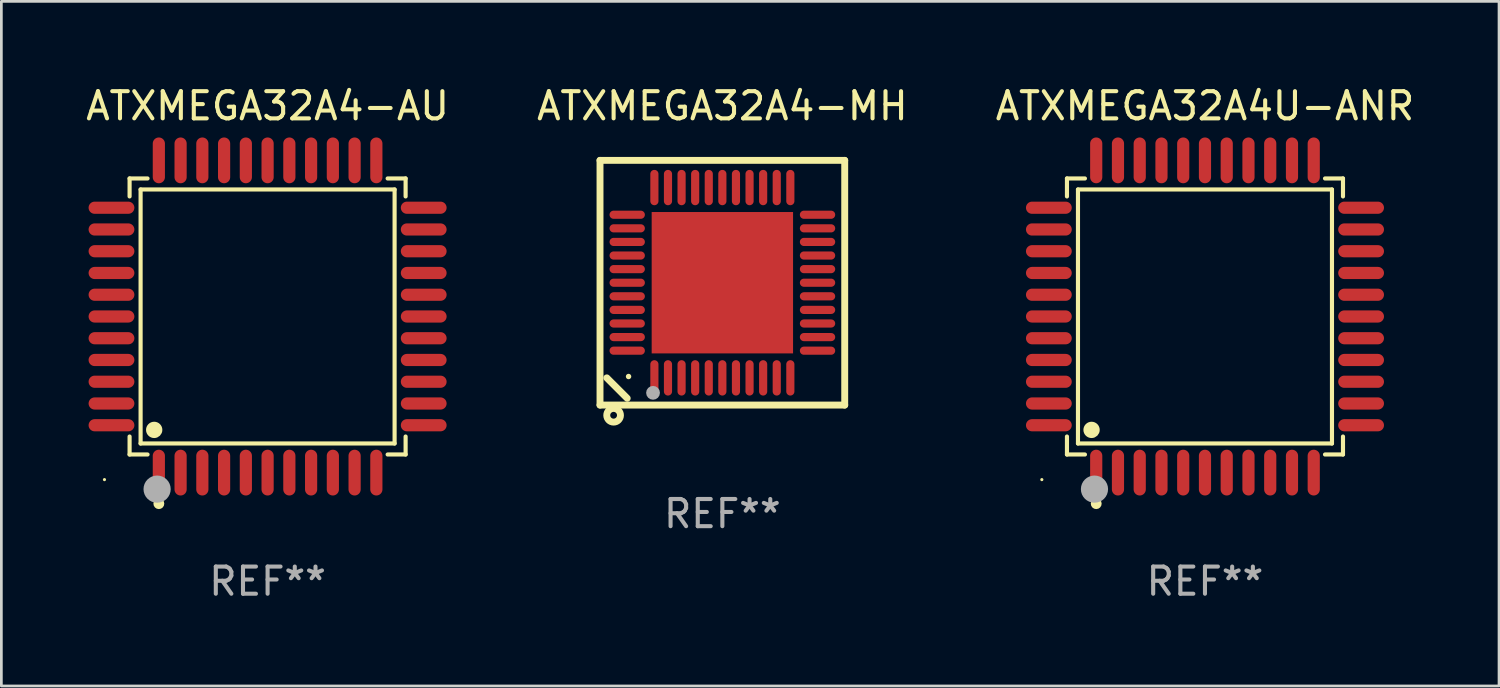
<source format=kicad_pcb>
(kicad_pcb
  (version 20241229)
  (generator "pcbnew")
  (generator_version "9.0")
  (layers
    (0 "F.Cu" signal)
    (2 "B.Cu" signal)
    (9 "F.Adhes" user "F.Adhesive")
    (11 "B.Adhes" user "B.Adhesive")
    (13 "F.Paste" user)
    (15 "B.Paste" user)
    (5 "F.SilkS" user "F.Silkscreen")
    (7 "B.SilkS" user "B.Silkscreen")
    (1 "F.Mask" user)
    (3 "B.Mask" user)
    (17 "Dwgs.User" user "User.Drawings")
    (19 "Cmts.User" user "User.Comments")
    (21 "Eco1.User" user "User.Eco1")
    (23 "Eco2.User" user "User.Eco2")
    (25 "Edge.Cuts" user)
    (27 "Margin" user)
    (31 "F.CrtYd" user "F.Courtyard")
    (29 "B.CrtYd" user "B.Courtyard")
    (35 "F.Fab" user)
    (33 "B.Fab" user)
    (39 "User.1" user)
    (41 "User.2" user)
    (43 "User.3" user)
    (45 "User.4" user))
  (footprint "ATXMEGA32A4U-ANR"
    (layer "F.Cu")
    (at 41.268 8.59)
    (property "Reference" "ATXMEGA32A4U-ANR" (at 0 -7.742 0) (layer "F.SilkS") (effects (font (size 1 1) (thickness 0.15))))
    (attr through_hole)
    (fp_line (start -5.076 -5.076) (end -4.415 -5.076) (stroke (width 0.152) (type solid)) (layer "F.SilkS"))
    (fp_line (start -5.076 -4.415) (end -5.076 -5.076) (stroke (width 0.152) (type solid)) (layer "F.SilkS"))
    (fp_line (start -5.076 4.415) (end -5.076 5.076) (stroke (width 0.152) (type solid)) (layer "F.SilkS"))
    (fp_line (start -5.076 5.076) (end -4.415 5.076) (stroke (width 0.152) (type solid)) (layer "F.SilkS"))
    (fp_line (start -4.671 -4.671) (end 4.671 -4.671) (stroke (width 0.152) (type solid)) (layer "F.SilkS"))
    (fp_line (start -4.671 4.671) (end -4.671 -4.671) (stroke (width 0.152) (type solid)) (layer "F.SilkS"))
    (fp_line (start 4.671 -4.671) (end 4.671 4.671) (stroke (width 0.152) (type solid)) (layer "F.SilkS"))
    (fp_line (start 4.671 4.671) (end -4.671 4.671) (stroke (width 0.152) (type solid)) (layer "F.SilkS"))
    (fp_line (start 5.076 -5.076) (end 4.415 -5.076) (stroke (width 0.152) (type solid)) (layer "F.SilkS"))
    (fp_line (start 5.076 -4.415) (end 5.076 -5.076) (stroke (width 0.152) (type solid)) (layer "F.SilkS"))
    (fp_line (start 5.076 4.415) (end 5.076 5.076) (stroke (width 0.152) (type solid)) (layer "F.SilkS"))
    (fp_line (start 5.076 5.076) (end 4.415 5.076) (stroke (width 0.152) (type solid)) (layer "F.SilkS"))
    (fp_circle (center -6 6) (end -5.97 6) (stroke (width 0.06) (type solid)) (fill no) (layer "F.SilkS"))
    (fp_circle (center -4.171 4.171) (end -4.021 4.171) (stroke (width 0.3) (type solid)) (fill no) (layer "F.SilkS"))
    (fp_circle (center -4 6.884) (end -3.9 6.884) (stroke (width 0.2) (type solid)) (fill no) (layer "F.SilkS"))
    (fp_circle (center -4.064 6.35) (end -3.814 6.35) (stroke (width 0.5) (type solid)) (fill no) (layer "F.Fab"))
    (fp_text user "REF**" (at 0 9.742 0) (layer "F.Fab") (effects (font (size 1 1) (thickness 0.15))))
    (pad "1" smd oval (at -4 5.742) (size 0.448 1.684) (layers "F.Cu" "F.Mask" "F.Paste"))
    (pad "2" smd oval (at -3.2 5.742) (size 0.448 1.684) (layers "F.Cu" "F.Mask" "F.Paste"))
    (pad "3" smd oval (at -2.4 5.742) (size 0.448 1.684) (layers "F.Cu" "F.Mask" "F.Paste"))
    (pad "4" smd oval (at -1.6 5.742) (size 0.448 1.684) (layers "F.Cu" "F.Mask" "F.Paste"))
    (pad "5" smd oval (at -0.8 5.742) (size 0.448 1.684) (layers "F.Cu" "F.Mask" "F.Paste"))
    (pad "6" smd oval (at 0 5.742) (size 0.448 1.684) (layers "F.Cu" "F.Mask" "F.Paste"))
    (pad "7" smd oval (at 0.8 5.742) (size 0.448 1.684) (layers "F.Cu" "F.Mask" "F.Paste"))
    (pad "8" smd oval (at 1.6 5.742) (size 0.448 1.684) (layers "F.Cu" "F.Mask" "F.Paste"))
    (pad "9" smd oval (at 2.4 5.742) (size 0.448 1.684) (layers "F.Cu" "F.Mask" "F.Paste"))
    (pad "10" smd oval (at 3.2 5.742) (size 0.448 1.684) (layers "F.Cu" "F.Mask" "F.Paste"))
    (pad "11" smd oval (at 4 5.742) (size 0.448 1.684) (layers "F.Cu" "F.Mask" "F.Paste"))
    (pad "12" smd oval (at 5.742 4) (size 1.684 0.448) (layers "F.Cu" "F.Mask" "F.Paste"))
    (pad "13" smd oval (at 5.742 3.2) (size 1.684 0.448) (layers "F.Cu" "F.Mask" "F.Paste"))
    (pad "14" smd oval (at 5.742 2.4) (size 1.684 0.448) (layers "F.Cu" "F.Mask" "F.Paste"))
    (pad "15" smd oval (at 5.742 1.6) (size 1.684 0.448) (layers "F.Cu" "F.Mask" "F.Paste"))
    (pad "16" smd oval (at 5.742 0.8) (size 1.684 0.448) (layers "F.Cu" "F.Mask" "F.Paste"))
    (pad "17" smd oval (at 5.742 0) (size 1.684 0.448) (layers "F.Cu" "F.Mask" "F.Paste"))
    (pad "18" smd oval (at 5.742 -0.8) (size 1.684 0.448) (layers "F.Cu" "F.Mask" "F.Paste"))
    (pad "19" smd oval (at 5.742 -1.6) (size 1.684 0.448) (layers "F.Cu" "F.Mask" "F.Paste"))
    (pad "20" smd oval (at 5.742 -2.4) (size 1.684 0.448) (layers "F.Cu" "F.Mask" "F.Paste"))
    (pad "21" smd oval (at 5.742 -3.2) (size 1.684 0.448) (layers "F.Cu" "F.Mask" "F.Paste"))
    (pad "22" smd oval (at 5.742 -4) (size 1.684 0.448) (layers "F.Cu" "F.Mask" "F.Paste"))
    (pad "23" smd oval (at 4 -5.742) (size 0.448 1.684) (layers "F.Cu" "F.Mask" "F.Paste"))
    (pad "24" smd oval (at 3.2 -5.742) (size 0.448 1.684) (layers "F.Cu" "F.Mask" "F.Paste"))
    (pad "25" smd oval (at 2.4 -5.742) (size 0.448 1.684) (layers "F.Cu" "F.Mask" "F.Paste"))
    (pad "26" smd oval (at 1.6 -5.742) (size 0.448 1.684) (layers "F.Cu" "F.Mask" "F.Paste"))
    (pad "27" smd oval (at 0.8 -5.742) (size 0.448 1.684) (layers "F.Cu" "F.Mask" "F.Paste"))
    (pad "28" smd oval (at 0 -5.742) (size 0.448 1.684) (layers "F.Cu" "F.Mask" "F.Paste"))
    (pad "29" smd oval (at -0.8 -5.742) (size 0.448 1.684) (layers "F.Cu" "F.Mask" "F.Paste"))
    (pad "30" smd oval (at -1.6 -5.742) (size 0.448 1.684) (layers "F.Cu" "F.Mask" "F.Paste"))
    (pad "31" smd oval (at -2.4 -5.742) (size 0.448 1.684) (layers "F.Cu" "F.Mask" "F.Paste"))
    (pad "32" smd oval (at -3.2 -5.742) (size 0.448 1.684) (layers "F.Cu" "F.Mask" "F.Paste"))
    (pad "33" smd oval (at -4 -5.742) (size 0.448 1.684) (layers "F.Cu" "F.Mask" "F.Paste"))
    (pad "34" smd oval (at -5.742 -4) (size 1.684 0.448) (layers "F.Cu" "F.Mask" "F.Paste"))
    (pad "35" smd oval (at -5.742 -3.2) (size 1.684 0.448) (layers "F.Cu" "F.Mask" "F.Paste"))
    (pad "36" smd oval (at -5.742 -2.4) (size 1.684 0.448) (layers "F.Cu" "F.Mask" "F.Paste"))
    (pad "37" smd oval (at -5.742 -1.6) (size 1.684 0.448) (layers "F.Cu" "F.Mask" "F.Paste"))
    (pad "38" smd oval (at -5.742 -0.8) (size 1.684 0.448) (layers "F.Cu" "F.Mask" "F.Paste"))
    (pad "39" smd oval (at -5.742 0) (size 1.684 0.448) (layers "F.Cu" "F.Mask" "F.Paste"))
    (pad "40" smd oval (at -5.742 0.8) (size 1.684 0.448) (layers "F.Cu" "F.Mask" "F.Paste"))
    (pad "41" smd oval (at -5.742 1.6) (size 1.684 0.448) (layers "F.Cu" "F.Mask" "F.Paste"))
    (pad "42" smd oval (at -5.742 2.4) (size 1.684 0.448) (layers "F.Cu" "F.Mask" "F.Paste"))
    (pad "43" smd oval (at -5.742 3.2) (size 1.684 0.448) (layers "F.Cu" "F.Mask" "F.Paste"))
    (pad "44" smd oval (at -5.742 4) (size 1.684 0.448) (layers "F.Cu" "F.Mask" "F.Paste")))
  (footprint "ATXMEGA32A4-MH"
    (layer "F.Cu")
    (at 23.518 7.348)
    (property "Reference" "ATXMEGA32A4-MH" (at 0 -6.5 0) (layer "F.SilkS") (effects (font (size 1 1) (thickness 0.15))))
    (attr through_hole)
    (fp_line (start -4.5 -4.5) (end -4.5 4.5) (stroke (width 0.254) (type solid)) (layer "F.SilkS"))
    (fp_line (start -4.5 4.5) (end 4.5 4.5) (stroke (width 0.254) (type solid)) (layer "F.SilkS"))
    (fp_line (start -3.5 4.25) (end -4.25 3.5) (stroke (width 0.254) (type solid)) (layer "F.SilkS"))
    (fp_line (start 4.5 -4.5) (end -4.5 -4.5) (stroke (width 0.254) (type solid)) (layer "F.SilkS"))
    (fp_line (start 4.5 4.5) (end 4.5 -4.5) (stroke (width 0.254) (type solid)) (layer "F.SilkS"))
    (fp_circle (center -4 4.875) (end -3.875 4.875) (stroke (width 0.254) (type solid)) (fill no) (layer "F.SilkS"))
    (fp_circle (center -3.45 3.45) (end -3.4 3.45) (stroke (width 0.1) (type solid)) (fill no) (layer "F.SilkS"))
    (fp_circle (center -2.55 4.05) (end -2.423 4.05) (stroke (width 0.254) (type solid)) (fill no) (layer "F.Fab"))
    (fp_text user "REF**" (at 0 8.5 0) (layer "F.Fab") (effects (font (size 1 1) (thickness 0.15))))
    (pad "1" smd oval (at -2.5 3.5 90) (size 1.3 0.3) (layers "F.Cu" "F.Mask" "F.Paste"))
    (pad "2" smd oval (at -2 3.5 90) (size 1.3 0.3) (layers "F.Cu" "F.Mask" "F.Paste"))
    (pad "3" smd oval (at -1.5 3.5 90) (size 1.3 0.3) (layers "F.Cu" "F.Mask" "F.Paste"))
    (pad "4" smd oval (at -1 3.5 90) (size 1.3 0.3) (layers "F.Cu" "F.Mask" "F.Paste"))
    (pad "5" smd oval (at -0.5 3.5 90) (size 1.3 0.3) (layers "F.Cu" "F.Mask" "F.Paste"))
    (pad "6" smd oval (at 0.000025 3.5 90) (size 1.3 0.3) (layers "F.Cu" "F.Mask" "F.Paste"))
    (pad "7" smd oval (at 0.5 3.5 90) (size 1.3 0.3) (layers "F.Cu" "F.Mask" "F.Paste"))
    (pad "8" smd oval (at 1 3.5 90) (size 1.3 0.3) (layers "F.Cu" "F.Mask" "F.Paste"))
    (pad "9" smd oval (at 1.5 3.5 90) (size 1.3 0.3) (layers "F.Cu" "F.Mask" "F.Paste"))
    (pad "10" smd oval (at 2 3.5 90) (size 1.3 0.3) (layers "F.Cu" "F.Mask" "F.Paste"))
    (pad "11" smd oval (at 2.5 3.5 90) (size 1.3 0.3) (layers "F.Cu" "F.Mask" "F.Paste"))
    (pad "12" smd oval (at 3.5 2.5 90) (size 0.3 1.3) (layers "F.Cu" "F.Mask" "F.Paste"))
    (pad "13" smd oval (at 3.5 2 90) (size 0.3 1.3) (layers "F.Cu" "F.Mask" "F.Paste"))
    (pad "14" smd oval (at 3.5 1.5 90) (size 0.3 1.3) (layers "F.Cu" "F.Mask" "F.Paste"))
    (pad "15" smd oval (at 3.5 1 90) (size 0.3 1.3) (layers "F.Cu" "F.Mask" "F.Paste"))
    (pad "16" smd oval (at 3.5 0.5 90) (size 0.3 1.3) (layers "F.Cu" "F.Mask" "F.Paste"))
    (pad "17" smd oval (at 3.5 0.000025 90) (size 0.3 1.3) (layers "F.Cu" "F.Mask" "F.Paste"))
    (pad "18" smd oval (at 3.5 -0.5 90) (size 0.3 1.3) (layers "F.Cu" "F.Mask" "F.Paste"))
    (pad "19" smd oval (at 3.5 -1 90) (size 0.3 1.3) (layers "F.Cu" "F.Mask" "F.Paste"))
    (pad "20" smd oval (at 3.5 -1.5 90) (size 0.3 1.3) (layers "F.Cu" "F.Mask" "F.Paste"))
    (pad "21" smd oval (at 3.5 -2 90) (size 0.3 1.3) (layers "F.Cu" "F.Mask" "F.Paste"))
    (pad "22" smd oval (at 3.5 -2.5 90) (size 0.3 1.3) (layers "F.Cu" "F.Mask" "F.Paste"))
    (pad "23" smd oval (at 2.5 -3.5 90) (size 1.3 0.3) (layers "F.Cu" "F.Mask" "F.Paste"))
    (pad "24" smd oval (at 2 -3.5 90) (size 1.3 0.3) (layers "F.Cu" "F.Mask" "F.Paste"))
    (pad "25" smd oval (at 1.5 -3.5 90) (size 1.3 0.3) (layers "F.Cu" "F.Mask" "F.Paste"))
    (pad "26" smd oval (at 1 -3.5 90) (size 1.3 0.3) (layers "F.Cu" "F.Mask" "F.Paste"))
    (pad "27" smd oval (at 0.5 -3.5 90) (size 1.3 0.3) (layers "F.Cu" "F.Mask" "F.Paste"))
    (pad "28" smd oval (at 0.000025 -3.5 90) (size 1.3 0.3) (layers "F.Cu" "F.Mask" "F.Paste"))
    (pad "29" smd oval (at -0.5 -3.5 90) (size 1.3 0.3) (layers "F.Cu" "F.Mask" "F.Paste"))
    (pad "30" smd oval (at -1 -3.5 90) (size 1.3 0.3) (layers "F.Cu" "F.Mask" "F.Paste"))
    (pad "31" smd oval (at -1.5 -3.5 90) (size 1.3 0.3) (layers "F.Cu" "F.Mask" "F.Paste"))
    (pad "32" smd oval (at -2 -3.5 90) (size 1.3 0.3) (layers "F.Cu" "F.Mask" "F.Paste"))
    (pad "33" smd oval (at -2.5 -3.5 90) (size 1.3 0.3) (layers "F.Cu" "F.Mask" "F.Paste"))
    (pad "34" smd oval (at -3.5 -2.5 90) (size 0.3 1.3) (layers "F.Cu" "F.Mask" "F.Paste"))
    (pad "35" smd oval (at -3.5 -2 90) (size 0.3 1.3) (layers "F.Cu" "F.Mask" "F.Paste"))
    (pad "36" smd oval (at -3.5 -1.5 90) (size 0.3 1.3) (layers "F.Cu" "F.Mask" "F.Paste"))
    (pad "37" smd oval (at -3.5 -1 90) (size 0.3 1.3) (layers "F.Cu" "F.Mask" "F.Paste"))
    (pad "38" smd oval (at -3.5 -0.5 90) (size 0.3 1.3) (layers "F.Cu" "F.Mask" "F.Paste"))
    (pad "39" smd oval (at -3.5 0.000025 90) (size 0.3 1.3) (layers "F.Cu" "F.Mask" "F.Paste"))
    (pad "40" smd oval (at -3.5 0.5 90) (size 0.3 1.3) (layers "F.Cu" "F.Mask" "F.Paste"))
    (pad "41" smd oval (at -3.5 1 90) (size 0.3 1.3) (layers "F.Cu" "F.Mask" "F.Paste"))
    (pad "42" smd oval (at -3.5 1.5 90) (size 0.3 1.3) (layers "F.Cu" "F.Mask" "F.Paste"))
    (pad "43" smd oval (at -3.5 2 90) (size 0.3 1.3) (layers "F.Cu" "F.Mask" "F.Paste"))
    (pad "44" smd oval (at -3.5 2.5 90) (size 0.3 1.3) (layers "F.Cu" "F.Mask" "F.Paste"))
    (pad "45" smd rect (at 0.000025 0.000025 90) (size 5.2 5.2) (layers "F.Cu" "F.Mask" "F.Paste")))
  (footprint "ATXMEGA32A4-AU"
    (layer "F.Cu")
    (at 6.792 8.59)
    (property "Reference" "ATXMEGA32A4-AU" (at 0 -7.742 0) (layer "F.SilkS") (effects (font (size 1 1) (thickness 0.15))))
    (attr through_hole)
    (fp_line (start -5.076 -5.076) (end -4.415 -5.076) (stroke (width 0.152) (type solid)) (layer "F.SilkS"))
    (fp_line (start -5.076 -4.415) (end -5.076 -5.076) (stroke (width 0.152) (type solid)) (layer "F.SilkS"))
    (fp_line (start -5.076 4.415) (end -5.076 5.076) (stroke (width 0.152) (type solid)) (layer "F.SilkS"))
    (fp_line (start -5.076 5.076) (end -4.415 5.076) (stroke (width 0.152) (type solid)) (layer "F.SilkS"))
    (fp_line (start -4.671 -4.671) (end 4.671 -4.671) (stroke (width 0.152) (type solid)) (layer "F.SilkS"))
    (fp_line (start -4.671 4.671) (end -4.671 -4.671) (stroke (width 0.152) (type solid)) (layer "F.SilkS"))
    (fp_line (start 4.671 -4.671) (end 4.671 4.671) (stroke (width 0.152) (type solid)) (layer "F.SilkS"))
    (fp_line (start 4.671 4.671) (end -4.671 4.671) (stroke (width 0.152) (type solid)) (layer "F.SilkS"))
    (fp_line (start 5.076 -5.076) (end 4.415 -5.076) (stroke (width 0.152) (type solid)) (layer "F.SilkS"))
    (fp_line (start 5.076 -4.415) (end 5.076 -5.076) (stroke (width 0.152) (type solid)) (layer "F.SilkS"))
    (fp_line (start 5.076 4.415) (end 5.076 5.076) (stroke (width 0.152) (type solid)) (layer "F.SilkS"))
    (fp_line (start 5.076 5.076) (end 4.415 5.076) (stroke (width 0.152) (type solid)) (layer "F.SilkS"))
    (fp_circle (center -6 6) (end -5.97 6) (stroke (width 0.06) (type solid)) (fill no) (layer "F.SilkS"))
    (fp_circle (center -4.171 4.171) (end -4.021 4.171) (stroke (width 0.3) (type solid)) (fill no) (layer "F.SilkS"))
    (fp_circle (center -4 6.884) (end -3.9 6.884) (stroke (width 0.2) (type solid)) (fill no) (layer "F.SilkS"))
    (fp_circle (center -4.064 6.35) (end -3.814 6.35) (stroke (width 0.5) (type solid)) (fill no) (layer "F.Fab"))
    (fp_text user "REF**" (at 0 9.742 0) (layer "F.Fab") (effects (font (size 1 1) (thickness 0.15))))
    (pad "1" smd oval (at -4 5.742) (size 0.448 1.684) (layers "F.Cu" "F.Mask" "F.Paste"))
    (pad "2" smd oval (at -3.2 5.742) (size 0.448 1.684) (layers "F.Cu" "F.Mask" "F.Paste"))
    (pad "3" smd oval (at -2.4 5.742) (size 0.448 1.684) (layers "F.Cu" "F.Mask" "F.Paste"))
    (pad "4" smd oval (at -1.6 5.742) (size 0.448 1.684) (layers "F.Cu" "F.Mask" "F.Paste"))
    (pad "5" smd oval (at -0.8 5.742) (size 0.448 1.684) (layers "F.Cu" "F.Mask" "F.Paste"))
    (pad "6" smd oval (at 0 5.742) (size 0.448 1.684) (layers "F.Cu" "F.Mask" "F.Paste"))
    (pad "7" smd oval (at 0.8 5.742) (size 0.448 1.684) (layers "F.Cu" "F.Mask" "F.Paste"))
    (pad "8" smd oval (at 1.6 5.742) (size 0.448 1.684) (layers "F.Cu" "F.Mask" "F.Paste"))
    (pad "9" smd oval (at 2.4 5.742) (size 0.448 1.684) (layers "F.Cu" "F.Mask" "F.Paste"))
    (pad "10" smd oval (at 3.2 5.742) (size 0.448 1.684) (layers "F.Cu" "F.Mask" "F.Paste"))
    (pad "11" smd oval (at 4 5.742) (size 0.448 1.684) (layers "F.Cu" "F.Mask" "F.Paste"))
    (pad "12" smd oval (at 5.742 4) (size 1.684 0.448) (layers "F.Cu" "F.Mask" "F.Paste"))
    (pad "13" smd oval (at 5.742 3.2) (size 1.684 0.448) (layers "F.Cu" "F.Mask" "F.Paste"))
    (pad "14" smd oval (at 5.742 2.4) (size 1.684 0.448) (layers "F.Cu" "F.Mask" "F.Paste"))
    (pad "15" smd oval (at 5.742 1.6) (size 1.684 0.448) (layers "F.Cu" "F.Mask" "F.Paste"))
    (pad "16" smd oval (at 5.742 0.8) (size 1.684 0.448) (layers "F.Cu" "F.Mask" "F.Paste"))
    (pad "17" smd oval (at 5.742 0) (size 1.684 0.448) (layers "F.Cu" "F.Mask" "F.Paste"))
    (pad "18" smd oval (at 5.742 -0.8) (size 1.684 0.448) (layers "F.Cu" "F.Mask" "F.Paste"))
    (pad "19" smd oval (at 5.742 -1.6) (size 1.684 0.448) (layers "F.Cu" "F.Mask" "F.Paste"))
    (pad "20" smd oval (at 5.742 -2.4) (size 1.684 0.448) (layers "F.Cu" "F.Mask" "F.Paste"))
    (pad "21" smd oval (at 5.742 -3.2) (size 1.684 0.448) (layers "F.Cu" "F.Mask" "F.Paste"))
    (pad "22" smd oval (at 5.742 -4) (size 1.684 0.448) (layers "F.Cu" "F.Mask" "F.Paste"))
    (pad "23" smd oval (at 4 -5.742) (size 0.448 1.684) (layers "F.Cu" "F.Mask" "F.Paste"))
    (pad "24" smd oval (at 3.2 -5.742) (size 0.448 1.684) (layers "F.Cu" "F.Mask" "F.Paste"))
    (pad "25" smd oval (at 2.4 -5.742) (size 0.448 1.684) (layers "F.Cu" "F.Mask" "F.Paste"))
    (pad "26" smd oval (at 1.6 -5.742) (size 0.448 1.684) (layers "F.Cu" "F.Mask" "F.Paste"))
    (pad "27" smd oval (at 0.8 -5.742) (size 0.448 1.684) (layers "F.Cu" "F.Mask" "F.Paste"))
    (pad "28" smd oval (at 0 -5.742) (size 0.448 1.684) (layers "F.Cu" "F.Mask" "F.Paste"))
    (pad "29" smd oval (at -0.8 -5.742) (size 0.448 1.684) (layers "F.Cu" "F.Mask" "F.Paste"))
    (pad "30" smd oval (at -1.6 -5.742) (size 0.448 1.684) (layers "F.Cu" "F.Mask" "F.Paste"))
    (pad "31" smd oval (at -2.4 -5.742) (size 0.448 1.684) (layers "F.Cu" "F.Mask" "F.Paste"))
    (pad "32" smd oval (at -3.2 -5.742) (size 0.448 1.684) (layers "F.Cu" "F.Mask" "F.Paste"))
    (pad "33" smd oval (at -4 -5.742) (size 0.448 1.684) (layers "F.Cu" "F.Mask" "F.Paste"))
    (pad "34" smd oval (at -5.742 -4) (size 1.684 0.448) (layers "F.Cu" "F.Mask" "F.Paste"))
    (pad "35" smd oval (at -5.742 -3.2) (size 1.684 0.448) (layers "F.Cu" "F.Mask" "F.Paste"))
    (pad "36" smd oval (at -5.742 -2.4) (size 1.684 0.448) (layers "F.Cu" "F.Mask" "F.Paste"))
    (pad "37" smd oval (at -5.742 -1.6) (size 1.684 0.448) (layers "F.Cu" "F.Mask" "F.Paste"))
    (pad "38" smd oval (at -5.742 -0.8) (size 1.684 0.448) (layers "F.Cu" "F.Mask" "F.Paste"))
    (pad "39" smd oval (at -5.742 0) (size 1.684 0.448) (layers "F.Cu" "F.Mask" "F.Paste"))
    (pad "40" smd oval (at -5.742 0.8) (size 1.684 0.448) (layers "F.Cu" "F.Mask" "F.Paste"))
    (pad "41" smd oval (at -5.742 1.6) (size 1.684 0.448) (layers "F.Cu" "F.Mask" "F.Paste"))
    (pad "42" smd oval (at -5.742 2.4) (size 1.684 0.448) (layers "F.Cu" "F.Mask" "F.Paste"))
    (pad "43" smd oval (at -5.742 3.2) (size 1.684 0.448) (layers "F.Cu" "F.Mask" "F.Paste"))
    (pad "44" smd oval (at -5.742 4) (size 1.684 0.448) (layers "F.Cu" "F.Mask" "F.Paste")))
  (gr_rect
    (start -3 -3)
    (end 52.083 22.18)
    (stroke (width 0.1) (type default))
    (fill no)
    (layer "Edge.Cuts")))
</source>
